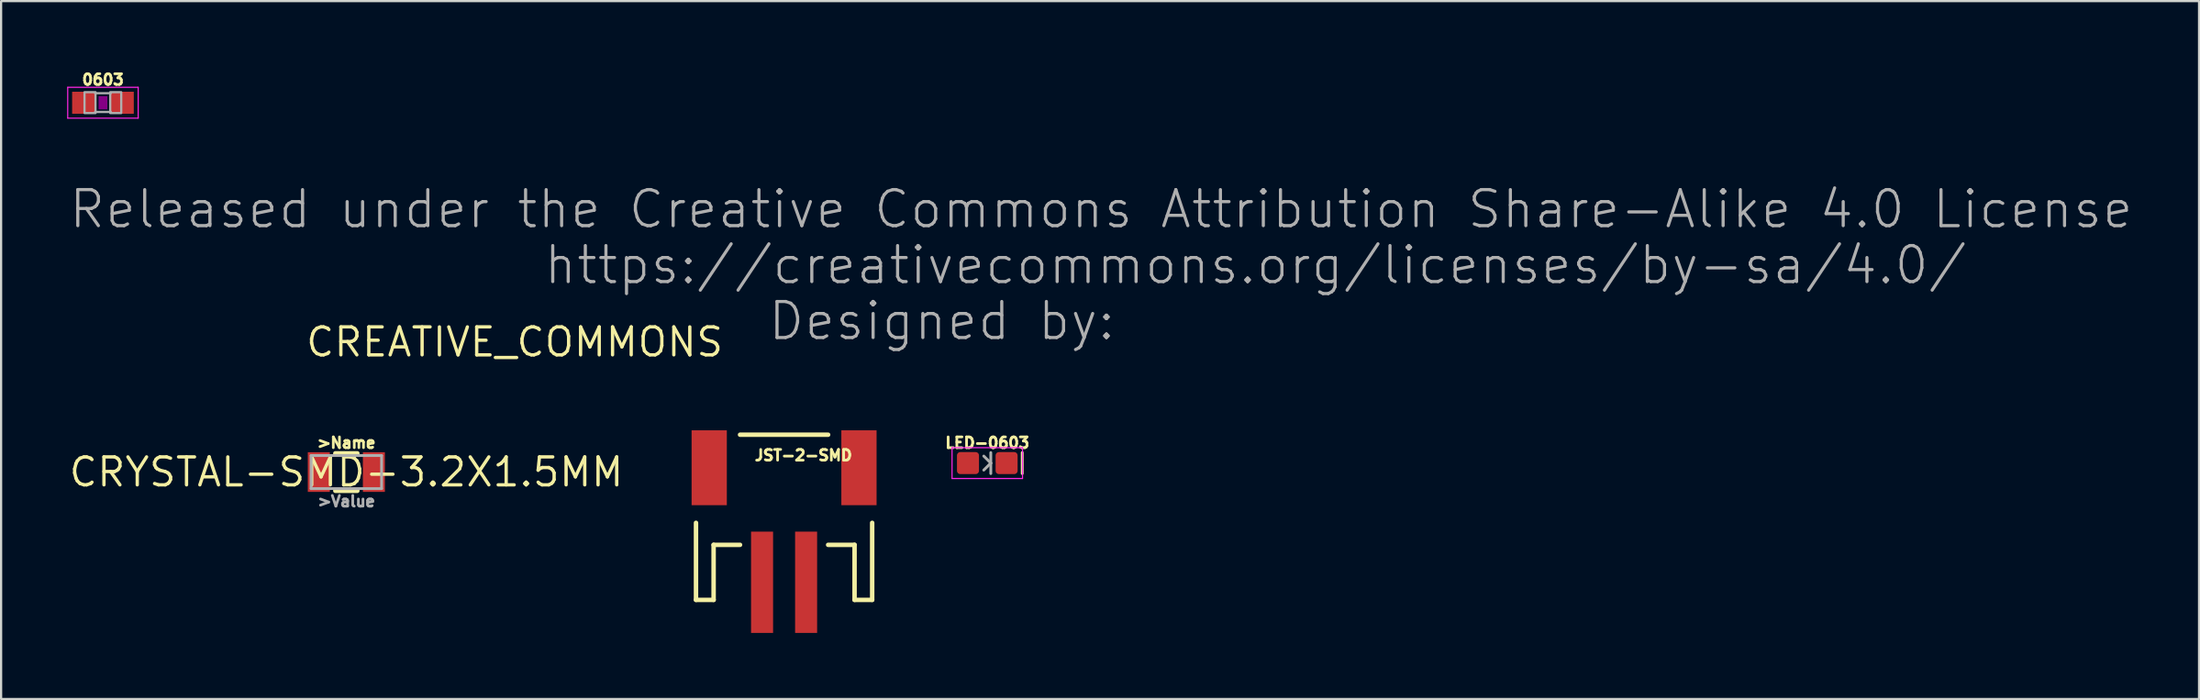
<source format=kicad_pcb>
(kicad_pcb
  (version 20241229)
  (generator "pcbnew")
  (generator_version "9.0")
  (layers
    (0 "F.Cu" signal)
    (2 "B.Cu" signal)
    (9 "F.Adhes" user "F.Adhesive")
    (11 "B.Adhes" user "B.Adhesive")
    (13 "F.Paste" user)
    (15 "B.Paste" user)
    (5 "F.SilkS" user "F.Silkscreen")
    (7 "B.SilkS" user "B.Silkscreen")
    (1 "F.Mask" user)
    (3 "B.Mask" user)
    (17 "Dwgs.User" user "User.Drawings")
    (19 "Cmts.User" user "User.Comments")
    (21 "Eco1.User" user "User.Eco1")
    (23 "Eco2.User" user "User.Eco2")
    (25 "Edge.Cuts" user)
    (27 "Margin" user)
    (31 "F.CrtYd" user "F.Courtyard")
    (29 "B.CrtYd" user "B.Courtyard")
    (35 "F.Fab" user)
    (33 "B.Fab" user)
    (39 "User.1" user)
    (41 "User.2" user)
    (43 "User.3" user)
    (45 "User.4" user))
  (footprint "CREATIVE_COMMONS"
    (layer "F.Cu")
    (at 20.32 12.483)
    (property "Reference" "CREATIVE_COMMONS" (at 0 0 0) (layer "F.SilkS") (effects (font (size 1.27 1.27) (thickness 0.15))))
    (fp_text user "Released under the Creative Commons Attribution Share-Alike 4.0 License" (at -20.32 -5.08 0) (layer "F.Fab") (effects (font (size 1.636 1.636) (thickness 0.142)) (justify left bottom)))
    (fp_text user " https://creativecommons.org/licenses/by-sa/4.0/" (at 0 -2.54 0) (layer "F.Fab") (effects (font (size 1.636 1.636) (thickness 0.142)) (justify left bottom)))
    (fp_text user "Designed by:" (at 11.43 0 0) (layer "F.Fab") (effects (font (size 1.636 1.636) (thickness 0.142)) (justify left bottom))))
  (footprint "CRYSTAL-SMD-3.2X1.5MM"
    (layer "F.Cu")
    (at 12.677 18.386)
    (property "Reference" "CRYSTAL-SMD-3.2X1.5MM" (at 0 0 0) (layer "F.SilkS") (effects (font (size 1.27 1.27) (thickness 0.15))))
    (fp_line (start -0.5 -0.85) (end 0.5 -0.85) (stroke (width 0.203) (type solid)) (layer "F.SilkS"))
    (fp_line (start 0.5 0.85) (end -0.5 0.85) (stroke (width 0.203) (type solid)) (layer "F.SilkS"))
    (fp_line (start -1.6 -0.75) (end 1.6 -0.75) (stroke (width 0.127) (type solid)) (layer "F.Fab"))
    (fp_line (start -1.6 0.75) (end -1.6 -0.75) (stroke (width 0.127) (type solid)) (layer "F.Fab"))
    (fp_line (start 1.6 -0.75) (end 1.6 0.75) (stroke (width 0.127) (type solid)) (layer "F.Fab"))
    (fp_line (start 1.6 0.75) (end -1.6 0.75) (stroke (width 0.127) (type solid)) (layer "F.Fab"))
    (fp_text user ">Name" (at 0 -1.043 0) (layer "F.SilkS") (effects (font (size 0.488 0.488) (thickness 0.122)) (justify bottom)))
    (fp_text user ">Value" (at 0 1.043 0) (layer "F.Fab") (effects (font (size 0.488 0.488) (thickness 0.122)) (justify top)))
    (pad "P$1" smd rect (at -1.25 0) (size 1 1.8) (layers "F.Cu" "F.Mask" "F.Paste"))
    (pad "P$2" smd rect (at 1.25 0) (size 1 1.8) (layers "F.Cu" "F.Mask" "F.Paste")))
  (footprint "JST-2-SMD"
    (layer "F.Cu")
    (at 32.554 19.69)
    (property "Reference" "JST-2-SMD" (at -1.397 -1.778 0) (layer "F.SilkS") (effects (font (size 0.488 0.488) (thickness 0.122)) (justify left bottom)))
    (fp_line (start -4 1) (end -4 4.5) (stroke (width 0.203) (type solid)) (layer "F.SilkS"))
    (fp_line (start -4 4.5) (end -3.2 4.5) (stroke (width 0.203) (type solid)) (layer "F.SilkS"))
    (fp_line (start -3.2 2) (end -2 2) (stroke (width 0.203) (type solid)) (layer "F.SilkS"))
    (fp_line (start -3.2 4.5) (end -3.2 2) (stroke (width 0.203) (type solid)) (layer "F.SilkS"))
    (fp_line (start 2 -3) (end -2 -3) (stroke (width 0.203) (type solid)) (layer "F.SilkS"))
    (fp_line (start 2 2) (end 3.2 2) (stroke (width 0.203) (type solid)) (layer "F.SilkS"))
    (fp_line (start 3.2 2) (end 3.2 4.5) (stroke (width 0.203) (type solid)) (layer "F.SilkS"))
    (fp_line (start 3.2 4.5) (end 4 4.5) (stroke (width 0.203) (type solid)) (layer "F.SilkS"))
    (fp_line (start 4 4.5) (end 4 1) (stroke (width 0.203) (type solid)) (layer "F.SilkS"))
    (pad "1" smd rect (at -1 3.7) (size 1 4.6) (layers "F.Cu" "F.Mask" "F.Paste"))
    (pad "2" smd rect (at 1 3.7) (size 1 4.6) (layers "F.Cu" "F.Mask" "F.Paste"))
    (pad "NC1" smd rect (at -3.4 -1.5 90) (size 3.4 1.6) (layers "F.Cu" "F.Mask" "F.Paste"))
    (pad "NC2" smd rect (at 3.4 -1.5 90) (size 3.4 1.6) (layers "F.Cu" "F.Mask" "F.Paste")))
  (footprint "0603"
    (layer "F.Cu")
    (at 1.625 1.615)
    (property "Reference" "0603" (at 0 -0.762 0) (layer "F.SilkS") (effects (font (size 0.488 0.488) (thickness 0.122)) (justify bottom)))
    (fp_poly (pts (xy -0.2 0.3) (xy 0.2 0.3) (xy 0.2 -0.3) (xy -0.2 -0.3)) (stroke (width 0) (type solid)) (fill yes) (layer "F.Adhes"))
    (fp_line (start -1.6 -0.7) (end 1.6 -0.7) (stroke (width 0.051) (type solid)) (layer "F.CrtYd"))
    (fp_line (start -1.6 0.7) (end -1.6 -0.7) (stroke (width 0.051) (type solid)) (layer "F.CrtYd"))
    (fp_line (start 1.6 -0.7) (end 1.6 0.7) (stroke (width 0.051) (type solid)) (layer "F.CrtYd"))
    (fp_line (start 1.6 0.7) (end -1.6 0.7) (stroke (width 0.051) (type solid)) (layer "F.CrtYd"))
    (fp_line (start -0.356 -0.432) (end 0.356 -0.432) (stroke (width 0.102) (type solid)) (layer "F.Fab"))
    (fp_line (start -0.356 0.419) (end 0.356 0.419) (stroke (width 0.102) (type solid)) (layer "F.Fab"))
    (fp_poly (pts (xy -0.838 0.47) (xy -0.338 0.47) (xy -0.338 -0.48) (xy -0.838 -0.48)) (stroke (width 0.1) (type solid)) (fill no) (layer "F.Fab"))
    (fp_poly (pts (xy 0.33 0.47) (xy 0.83 0.47) (xy 0.83 -0.48) (xy 0.33 -0.48)) (stroke (width 0.1) (type solid)) (fill no) (layer "F.Fab"))
    (pad "1" smd rect (at -0.85 0) (size 1.1 1) (layers "F.Cu" "F.Mask" "F.Paste"))
    (pad "2" smd rect (at 0.85 0) (size 1.1 1) (layers "F.Cu" "F.Mask" "F.Paste")))
  (footprint "LED-0603"
    (layer "F.Cu")
    (at 41.781 17.978)
    (property "Reference" "LED-0603" (at 0 -0.635 0) (layer "F.SilkS") (effects (font (size 0.488 0.488) (thickness 0.122)) (justify bottom)))
    (fp_line (start 1.587 -0.476) (end 1.587 0.476) (stroke (width 0.127) (type solid)) (layer "F.SilkS"))
    (fp_line (start -1.6 -0.7) (end 1.6 -0.7) (stroke (width 0.051) (type solid)) (layer "F.CrtYd"))
    (fp_line (start -1.6 0.7) (end -1.6 -0.7) (stroke (width 0.051) (type solid)) (layer "F.CrtYd"))
    (fp_line (start 1.6 -0.7) (end 1.6 0.7) (stroke (width 0.051) (type solid)) (layer "F.CrtYd"))
    (fp_line (start 1.6 0.7) (end -1.6 0.7) (stroke (width 0.051) (type solid)) (layer "F.CrtYd"))
    (fp_line (start 0.159 -0.476) (end 0.159 0) (stroke (width 0.127) (type solid)) (layer "F.Fab"))
    (fp_line (start 0.159 0) (end -0.159 -0.318) (stroke (width 0.127) (type solid)) (layer "F.Fab"))
    (fp_line (start 0.159 0) (end -0.159 0.318) (stroke (width 0.127) (type solid)) (layer "F.Fab"))
    (fp_line (start 0.159 0) (end 0.159 0.476) (stroke (width 0.127) (type solid)) (layer "F.Fab"))
    (pad "A" smd roundrect (at -0.877 0 270) (size 1 1) (layers "F.Cu" "F.Mask" "F.Paste") (roundrect_rratio 0.15))
    (pad "C" smd roundrect (at 0.877 0 270) (size 1 1) (layers "F.Cu" "F.Mask" "F.Paste") (roundrect_rratio 0.15)))
  (gr_rect
    (start -3 -3)
    (end 96.805 28.69)
    (stroke (width 0.1) (type default))
    (fill no)
    (layer "Edge.Cuts")))
</source>
